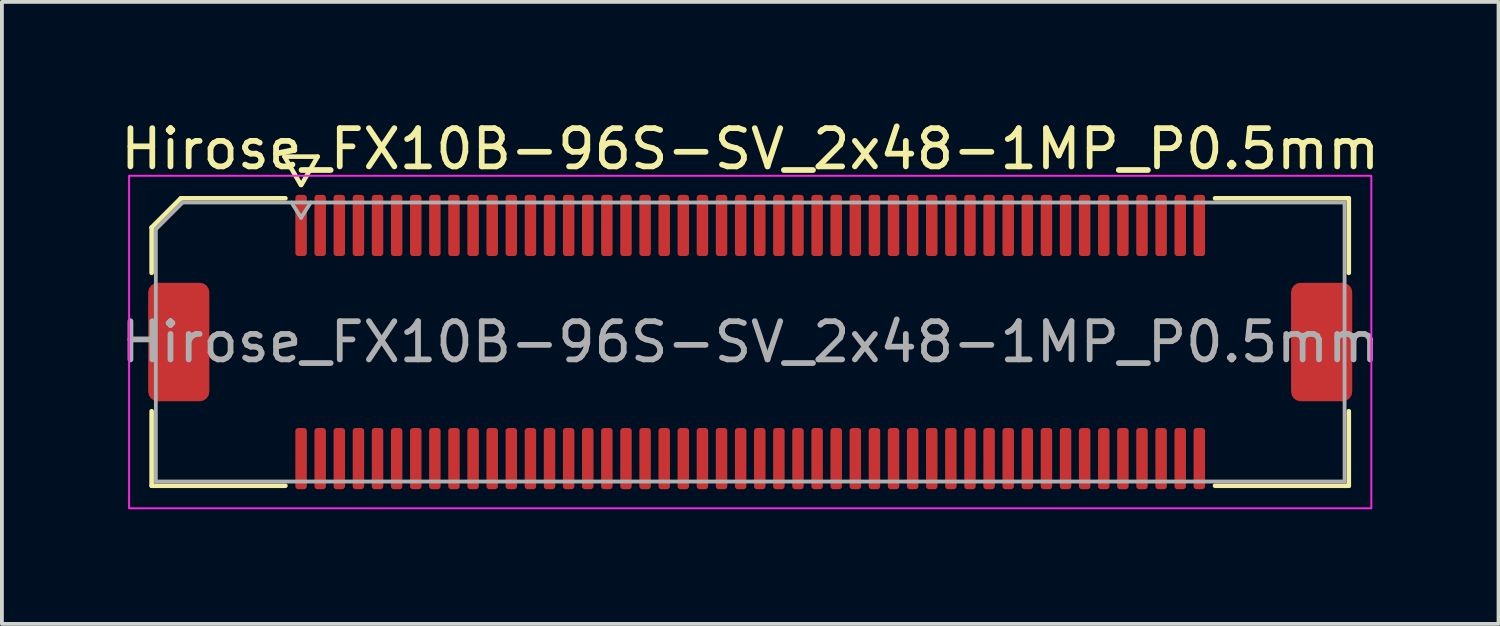
<source format=kicad_pcb>
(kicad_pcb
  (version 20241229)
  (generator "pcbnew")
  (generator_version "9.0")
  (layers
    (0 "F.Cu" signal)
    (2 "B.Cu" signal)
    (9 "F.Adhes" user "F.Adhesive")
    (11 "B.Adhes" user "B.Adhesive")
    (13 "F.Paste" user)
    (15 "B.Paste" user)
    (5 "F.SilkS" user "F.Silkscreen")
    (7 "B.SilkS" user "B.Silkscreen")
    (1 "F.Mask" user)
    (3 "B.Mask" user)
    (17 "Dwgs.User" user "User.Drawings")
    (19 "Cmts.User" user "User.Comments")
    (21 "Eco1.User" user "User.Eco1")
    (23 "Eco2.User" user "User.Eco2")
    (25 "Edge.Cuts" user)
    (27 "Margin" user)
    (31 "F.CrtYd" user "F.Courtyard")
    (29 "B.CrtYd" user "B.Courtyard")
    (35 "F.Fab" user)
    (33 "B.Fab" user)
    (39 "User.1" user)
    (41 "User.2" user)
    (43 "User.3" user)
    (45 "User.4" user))
  (footprint "Hirose_FX10B-96S-SV_2x48-1MP_P0.5mm"
    (layer "F.Cu")
    (at 16.577 5.898)
    (property "Reference" "Hirose_FX10B-96S-SV_2x48-1MP_P0.5mm" (at 0 -5.05 0) (layer "F.SilkS") (effects (font (size 1 1) (thickness 0.15))))
    (attr smd)
    (fp_line (start -15.66 -2.996) (end -14.896 -3.76) (stroke (width 0.12) (type solid)) (layer "F.SilkS"))
    (fp_line (start -15.66 -1.81) (end -15.66 -2.996) (stroke (width 0.12) (type solid)) (layer "F.SilkS"))
    (fp_line (start -15.66 3.76) (end -15.66 1.81) (stroke (width 0.12) (type solid)) (layer "F.SilkS"))
    (fp_line (start -14.896 -3.76) (end -12.16 -3.76) (stroke (width 0.12) (type solid)) (layer "F.SilkS"))
    (fp_line (start -12.183 -4.85) (end -11.756 -4.11) (stroke (width 0.12) (type solid)) (layer "F.SilkS"))
    (fp_line (start -12.16 3.76) (end -15.66 3.76) (stroke (width 0.12) (type solid)) (layer "F.SilkS"))
    (fp_line (start -11.744 -4.11) (end -11.317 -4.85) (stroke (width 0.12) (type solid)) (layer "F.SilkS"))
    (fp_line (start -11.317 -4.85) (end -12.183 -4.85) (stroke (width 0.12) (type solid)) (layer "F.SilkS"))
    (fp_line (start 12.16 -3.76) (end 15.66 -3.76) (stroke (width 0.12) (type solid)) (layer "F.SilkS"))
    (fp_line (start 15.66 -3.76) (end 15.66 -1.81) (stroke (width 0.12) (type solid)) (layer "F.SilkS"))
    (fp_line (start 15.66 1.81) (end 15.66 3.76) (stroke (width 0.12) (type solid)) (layer "F.SilkS"))
    (fp_line (start 15.66 3.76) (end 12.16 3.76) (stroke (width 0.12) (type solid)) (layer "F.SilkS"))
    (fp_rect (start -16.25 -4.35) (end 16.25 4.35) (stroke (width 0.05) (type solid)) (fill no) (layer "F.CrtYd"))
    (fp_line (start -15.55 -2.95) (end -14.85 -3.65) (stroke (width 0.1) (type solid)) (layer "F.Fab"))
    (fp_line (start -15.55 3.65) (end -15.55 -2.95) (stroke (width 0.1) (type solid)) (layer "F.Fab"))
    (fp_line (start -14.85 -3.65) (end 15.55 -3.65) (stroke (width 0.1) (type solid)) (layer "F.Fab"))
    (fp_line (start -12 -3.65) (end -11.75 -3.25) (stroke (width 0.1) (type solid)) (layer "F.Fab"))
    (fp_line (start -11.75 -3.25) (end -11.5 -3.65) (stroke (width 0.1) (type solid)) (layer "F.Fab"))
    (fp_line (start 15.55 -3.65) (end 15.55 3.65) (stroke (width 0.1) (type solid)) (layer "F.Fab"))
    (fp_line (start 15.55 3.65) (end -15.55 3.65) (stroke (width 0.1) (type solid)) (layer "F.Fab"))
    (fp_text user "${REFERENCE}" (at 0 0 0) (layer "F.Fab") (effects (font (size 1 1) (thickness 0.15))))
    (pad "1" smd roundrect (at -11.75 -3.05) (size 0.3 1.6) (layers "F.Cu" "F.Mask" "F.Paste") (roundrect_rratio 0.25))
    (pad "2" smd roundrect (at -11.75 3.05) (size 0.3 1.6) (layers "F.Cu" "F.Mask" "F.Paste") (roundrect_rratio 0.25))
    (pad "3" smd roundrect (at -11.25 -3.05) (size 0.3 1.6) (layers "F.Cu" "F.Mask" "F.Paste") (roundrect_rratio 0.25))
    (pad "4" smd roundrect (at -11.25 3.05) (size 0.3 1.6) (layers "F.Cu" "F.Mask" "F.Paste") (roundrect_rratio 0.25))
    (pad "5" smd roundrect (at -10.75 -3.05) (size 0.3 1.6) (layers "F.Cu" "F.Mask" "F.Paste") (roundrect_rratio 0.25))
    (pad "6" smd roundrect (at -10.75 3.05) (size 0.3 1.6) (layers "F.Cu" "F.Mask" "F.Paste") (roundrect_rratio 0.25))
    (pad "7" smd roundrect (at -10.25 -3.05) (size 0.3 1.6) (layers "F.Cu" "F.Mask" "F.Paste") (roundrect_rratio 0.25))
    (pad "8" smd roundrect (at -10.25 3.05) (size 0.3 1.6) (layers "F.Cu" "F.Mask" "F.Paste") (roundrect_rratio 0.25))
    (pad "9" smd roundrect (at -9.75 -3.05) (size 0.3 1.6) (layers "F.Cu" "F.Mask" "F.Paste") (roundrect_rratio 0.25))
    (pad "10" smd roundrect (at -9.75 3.05) (size 0.3 1.6) (layers "F.Cu" "F.Mask" "F.Paste") (roundrect_rratio 0.25))
    (pad "11" smd roundrect (at -9.25 -3.05) (size 0.3 1.6) (layers "F.Cu" "F.Mask" "F.Paste") (roundrect_rratio 0.25))
    (pad "12" smd roundrect (at -9.25 3.05) (size 0.3 1.6) (layers "F.Cu" "F.Mask" "F.Paste") (roundrect_rratio 0.25))
    (pad "13" smd roundrect (at -8.75 -3.05) (size 0.3 1.6) (layers "F.Cu" "F.Mask" "F.Paste") (roundrect_rratio 0.25))
    (pad "14" smd roundrect (at -8.75 3.05) (size 0.3 1.6) (layers "F.Cu" "F.Mask" "F.Paste") (roundrect_rratio 0.25))
    (pad "15" smd roundrect (at -8.25 -3.05) (size 0.3 1.6) (layers "F.Cu" "F.Mask" "F.Paste") (roundrect_rratio 0.25))
    (pad "16" smd roundrect (at -8.25 3.05) (size 0.3 1.6) (layers "F.Cu" "F.Mask" "F.Paste") (roundrect_rratio 0.25))
    (pad "17" smd roundrect (at -7.75 -3.05) (size 0.3 1.6) (layers "F.Cu" "F.Mask" "F.Paste") (roundrect_rratio 0.25))
    (pad "18" smd roundrect (at -7.75 3.05) (size 0.3 1.6) (layers "F.Cu" "F.Mask" "F.Paste") (roundrect_rratio 0.25))
    (pad "19" smd roundrect (at -7.25 -3.05) (size 0.3 1.6) (layers "F.Cu" "F.Mask" "F.Paste") (roundrect_rratio 0.25))
    (pad "20" smd roundrect (at -7.25 3.05) (size 0.3 1.6) (layers "F.Cu" "F.Mask" "F.Paste") (roundrect_rratio 0.25))
    (pad "21" smd roundrect (at -6.75 -3.05) (size 0.3 1.6) (layers "F.Cu" "F.Mask" "F.Paste") (roundrect_rratio 0.25))
    (pad "22" smd roundrect (at -6.75 3.05) (size 0.3 1.6) (layers "F.Cu" "F.Mask" "F.Paste") (roundrect_rratio 0.25))
    (pad "23" smd roundrect (at -6.25 -3.05) (size 0.3 1.6) (layers "F.Cu" "F.Mask" "F.Paste") (roundrect_rratio 0.25))
    (pad "24" smd roundrect (at -6.25 3.05) (size 0.3 1.6) (layers "F.Cu" "F.Mask" "F.Paste") (roundrect_rratio 0.25))
    (pad "25" smd roundrect (at -5.75 -3.05) (size 0.3 1.6) (layers "F.Cu" "F.Mask" "F.Paste") (roundrect_rratio 0.25))
    (pad "26" smd roundrect (at -5.75 3.05) (size 0.3 1.6) (layers "F.Cu" "F.Mask" "F.Paste") (roundrect_rratio 0.25))
    (pad "27" smd roundrect (at -5.25 -3.05) (size 0.3 1.6) (layers "F.Cu" "F.Mask" "F.Paste") (roundrect_rratio 0.25))
    (pad "28" smd roundrect (at -5.25 3.05) (size 0.3 1.6) (layers "F.Cu" "F.Mask" "F.Paste") (roundrect_rratio 0.25))
    (pad "29" smd roundrect (at -4.75 -3.05) (size 0.3 1.6) (layers "F.Cu" "F.Mask" "F.Paste") (roundrect_rratio 0.25))
    (pad "30" smd roundrect (at -4.75 3.05) (size 0.3 1.6) (layers "F.Cu" "F.Mask" "F.Paste") (roundrect_rratio 0.25))
    (pad "31" smd roundrect (at -4.25 -3.05) (size 0.3 1.6) (layers "F.Cu" "F.Mask" "F.Paste") (roundrect_rratio 0.25))
    (pad "32" smd roundrect (at -4.25 3.05) (size 0.3 1.6) (layers "F.Cu" "F.Mask" "F.Paste") (roundrect_rratio 0.25))
    (pad "33" smd roundrect (at -3.75 -3.05) (size 0.3 1.6) (layers "F.Cu" "F.Mask" "F.Paste") (roundrect_rratio 0.25))
    (pad "34" smd roundrect (at -3.75 3.05) (size 0.3 1.6) (layers "F.Cu" "F.Mask" "F.Paste") (roundrect_rratio 0.25))
    (pad "35" smd roundrect (at -3.25 -3.05) (size 0.3 1.6) (layers "F.Cu" "F.Mask" "F.Paste") (roundrect_rratio 0.25))
    (pad "36" smd roundrect (at -3.25 3.05) (size 0.3 1.6) (layers "F.Cu" "F.Mask" "F.Paste") (roundrect_rratio 0.25))
    (pad "37" smd roundrect (at -2.75 -3.05) (size 0.3 1.6) (layers "F.Cu" "F.Mask" "F.Paste") (roundrect_rratio 0.25))
    (pad "38" smd roundrect (at -2.75 3.05) (size 0.3 1.6) (layers "F.Cu" "F.Mask" "F.Paste") (roundrect_rratio 0.25))
    (pad "39" smd roundrect (at -2.25 -3.05) (size 0.3 1.6) (layers "F.Cu" "F.Mask" "F.Paste") (roundrect_rratio 0.25))
    (pad "40" smd roundrect (at -2.25 3.05) (size 0.3 1.6) (layers "F.Cu" "F.Mask" "F.Paste") (roundrect_rratio 0.25))
    (pad "41" smd roundrect (at -1.75 -3.05) (size 0.3 1.6) (layers "F.Cu" "F.Mask" "F.Paste") (roundrect_rratio 0.25))
    (pad "42" smd roundrect (at -1.75 3.05) (size 0.3 1.6) (layers "F.Cu" "F.Mask" "F.Paste") (roundrect_rratio 0.25))
    (pad "43" smd roundrect (at -1.25 -3.05) (size 0.3 1.6) (layers "F.Cu" "F.Mask" "F.Paste") (roundrect_rratio 0.25))
    (pad "44" smd roundrect (at -1.25 3.05) (size 0.3 1.6) (layers "F.Cu" "F.Mask" "F.Paste") (roundrect_rratio 0.25))
    (pad "45" smd roundrect (at -0.75 -3.05) (size 0.3 1.6) (layers "F.Cu" "F.Mask" "F.Paste") (roundrect_rratio 0.25))
    (pad "46" smd roundrect (at -0.75 3.05) (size 0.3 1.6) (layers "F.Cu" "F.Mask" "F.Paste") (roundrect_rratio 0.25))
    (pad "47" smd roundrect (at -0.25 -3.05) (size 0.3 1.6) (layers "F.Cu" "F.Mask" "F.Paste") (roundrect_rratio 0.25))
    (pad "48" smd roundrect (at -0.25 3.05) (size 0.3 1.6) (layers "F.Cu" "F.Mask" "F.Paste") (roundrect_rratio 0.25))
    (pad "49" smd roundrect (at 0.25 -3.05) (size 0.3 1.6) (layers "F.Cu" "F.Mask" "F.Paste") (roundrect_rratio 0.25))
    (pad "50" smd roundrect (at 0.25 3.05) (size 0.3 1.6) (layers "F.Cu" "F.Mask" "F.Paste") (roundrect_rratio 0.25))
    (pad "51" smd roundrect (at 0.75 -3.05) (size 0.3 1.6) (layers "F.Cu" "F.Mask" "F.Paste") (roundrect_rratio 0.25))
    (pad "52" smd roundrect (at 0.75 3.05) (size 0.3 1.6) (layers "F.Cu" "F.Mask" "F.Paste") (roundrect_rratio 0.25))
    (pad "53" smd roundrect (at 1.25 -3.05) (size 0.3 1.6) (layers "F.Cu" "F.Mask" "F.Paste") (roundrect_rratio 0.25))
    (pad "54" smd roundrect (at 1.25 3.05) (size 0.3 1.6) (layers "F.Cu" "F.Mask" "F.Paste") (roundrect_rratio 0.25))
    (pad "55" smd roundrect (at 1.75 -3.05) (size 0.3 1.6) (layers "F.Cu" "F.Mask" "F.Paste") (roundrect_rratio 0.25))
    (pad "56" smd roundrect (at 1.75 3.05) (size 0.3 1.6) (layers "F.Cu" "F.Mask" "F.Paste") (roundrect_rratio 0.25))
    (pad "57" smd roundrect (at 2.25 -3.05) (size 0.3 1.6) (layers "F.Cu" "F.Mask" "F.Paste") (roundrect_rratio 0.25))
    (pad "58" smd roundrect (at 2.25 3.05) (size 0.3 1.6) (layers "F.Cu" "F.Mask" "F.Paste") (roundrect_rratio 0.25))
    (pad "59" smd roundrect (at 2.75 -3.05) (size 0.3 1.6) (layers "F.Cu" "F.Mask" "F.Paste") (roundrect_rratio 0.25))
    (pad "60" smd roundrect (at 2.75 3.05) (size 0.3 1.6) (layers "F.Cu" "F.Mask" "F.Paste") (roundrect_rratio 0.25))
    (pad "61" smd roundrect (at 3.25 -3.05) (size 0.3 1.6) (layers "F.Cu" "F.Mask" "F.Paste") (roundrect_rratio 0.25))
    (pad "62" smd roundrect (at 3.25 3.05) (size 0.3 1.6) (layers "F.Cu" "F.Mask" "F.Paste") (roundrect_rratio 0.25))
    (pad "63" smd roundrect (at 3.75 -3.05) (size 0.3 1.6) (layers "F.Cu" "F.Mask" "F.Paste") (roundrect_rratio 0.25))
    (pad "64" smd roundrect (at 3.75 3.05) (size 0.3 1.6) (layers "F.Cu" "F.Mask" "F.Paste") (roundrect_rratio 0.25))
    (pad "65" smd roundrect (at 4.25 -3.05) (size 0.3 1.6) (layers "F.Cu" "F.Mask" "F.Paste") (roundrect_rratio 0.25))
    (pad "66" smd roundrect (at 4.25 3.05) (size 0.3 1.6) (layers "F.Cu" "F.Mask" "F.Paste") (roundrect_rratio 0.25))
    (pad "67" smd roundrect (at 4.75 -3.05) (size 0.3 1.6) (layers "F.Cu" "F.Mask" "F.Paste") (roundrect_rratio 0.25))
    (pad "68" smd roundrect (at 4.75 3.05) (size 0.3 1.6) (layers "F.Cu" "F.Mask" "F.Paste") (roundrect_rratio 0.25))
    (pad "69" smd roundrect (at 5.25 -3.05) (size 0.3 1.6) (layers "F.Cu" "F.Mask" "F.Paste") (roundrect_rratio 0.25))
    (pad "70" smd roundrect (at 5.25 3.05) (size 0.3 1.6) (layers "F.Cu" "F.Mask" "F.Paste") (roundrect_rratio 0.25))
    (pad "71" smd roundrect (at 5.75 -3.05) (size 0.3 1.6) (layers "F.Cu" "F.Mask" "F.Paste") (roundrect_rratio 0.25))
    (pad "72" smd roundrect (at 5.75 3.05) (size 0.3 1.6) (layers "F.Cu" "F.Mask" "F.Paste") (roundrect_rratio 0.25))
    (pad "73" smd roundrect (at 6.25 -3.05) (size 0.3 1.6) (layers "F.Cu" "F.Mask" "F.Paste") (roundrect_rratio 0.25))
    (pad "74" smd roundrect (at 6.25 3.05) (size 0.3 1.6) (layers "F.Cu" "F.Mask" "F.Paste") (roundrect_rratio 0.25))
    (pad "75" smd roundrect (at 6.75 -3.05) (size 0.3 1.6) (layers "F.Cu" "F.Mask" "F.Paste") (roundrect_rratio 0.25))
    (pad "76" smd roundrect (at 6.75 3.05) (size 0.3 1.6) (layers "F.Cu" "F.Mask" "F.Paste") (roundrect_rratio 0.25))
    (pad "77" smd roundrect (at 7.25 -3.05) (size 0.3 1.6) (layers "F.Cu" "F.Mask" "F.Paste") (roundrect_rratio 0.25))
    (pad "78" smd roundrect (at 7.25 3.05) (size 0.3 1.6) (layers "F.Cu" "F.Mask" "F.Paste") (roundrect_rratio 0.25))
    (pad "79" smd roundrect (at 7.75 -3.05) (size 0.3 1.6) (layers "F.Cu" "F.Mask" "F.Paste") (roundrect_rratio 0.25))
    (pad "80" smd roundrect (at 7.75 3.05) (size 0.3 1.6) (layers "F.Cu" "F.Mask" "F.Paste") (roundrect_rratio 0.25))
    (pad "81" smd roundrect (at 8.25 -3.05) (size 0.3 1.6) (layers "F.Cu" "F.Mask" "F.Paste") (roundrect_rratio 0.25))
    (pad "82" smd roundrect (at 8.25 3.05) (size 0.3 1.6) (layers "F.Cu" "F.Mask" "F.Paste") (roundrect_rratio 0.25))
    (pad "83" smd roundrect (at 8.75 -3.05) (size 0.3 1.6) (layers "F.Cu" "F.Mask" "F.Paste") (roundrect_rratio 0.25))
    (pad "84" smd roundrect (at 8.75 3.05) (size 0.3 1.6) (layers "F.Cu" "F.Mask" "F.Paste") (roundrect_rratio 0.25))
    (pad "85" smd roundrect (at 9.25 -3.05) (size 0.3 1.6) (layers "F.Cu" "F.Mask" "F.Paste") (roundrect_rratio 0.25))
    (pad "86" smd roundrect (at 9.25 3.05) (size 0.3 1.6) (layers "F.Cu" "F.Mask" "F.Paste") (roundrect_rratio 0.25))
    (pad "87" smd roundrect (at 9.75 -3.05) (size 0.3 1.6) (layers "F.Cu" "F.Mask" "F.Paste") (roundrect_rratio 0.25))
    (pad "88" smd roundrect (at 9.75 3.05) (size 0.3 1.6) (layers "F.Cu" "F.Mask" "F.Paste") (roundrect_rratio 0.25))
    (pad "89" smd roundrect (at 10.25 -3.05) (size 0.3 1.6) (layers "F.Cu" "F.Mask" "F.Paste") (roundrect_rratio 0.25))
    (pad "90" smd roundrect (at 10.25 3.05) (size 0.3 1.6) (layers "F.Cu" "F.Mask" "F.Paste") (roundrect_rratio 0.25))
    (pad "91" smd roundrect (at 10.75 -3.05) (size 0.3 1.6) (layers "F.Cu" "F.Mask" "F.Paste") (roundrect_rratio 0.25))
    (pad "92" smd roundrect (at 10.75 3.05) (size 0.3 1.6) (layers "F.Cu" "F.Mask" "F.Paste") (roundrect_rratio 0.25))
    (pad "93" smd roundrect (at 11.25 -3.05) (size 0.3 1.6) (layers "F.Cu" "F.Mask" "F.Paste") (roundrect_rratio 0.25))
    (pad "94" smd roundrect (at 11.25 3.05) (size 0.3 1.6) (layers "F.Cu" "F.Mask" "F.Paste") (roundrect_rratio 0.25))
    (pad "95" smd roundrect (at 11.75 -3.05) (size 0.3 1.6) (layers "F.Cu" "F.Mask" "F.Paste") (roundrect_rratio 0.25))
    (pad "96" smd roundrect (at 11.75 3.05) (size 0.3 1.6) (layers "F.Cu" "F.Mask" "F.Paste") (roundrect_rratio 0.25))
    (pad "MP" smd roundrect (at -14.95 0) (size 1.6 3.1) (layers "F.Cu" "F.Mask" "F.Paste") (roundrect_rratio 0.156))
    (pad "MP" smd roundrect (at 14.95 0) (size 1.6 3.1) (layers "F.Cu" "F.Mask" "F.Paste") (roundrect_rratio 0.156)))
  (gr_rect
    (start -3 -3)
    (end 36.155 13.273)
    (stroke (width 0.1) (type default))
    (fill no)
    (layer "Edge.Cuts")))
</source>
